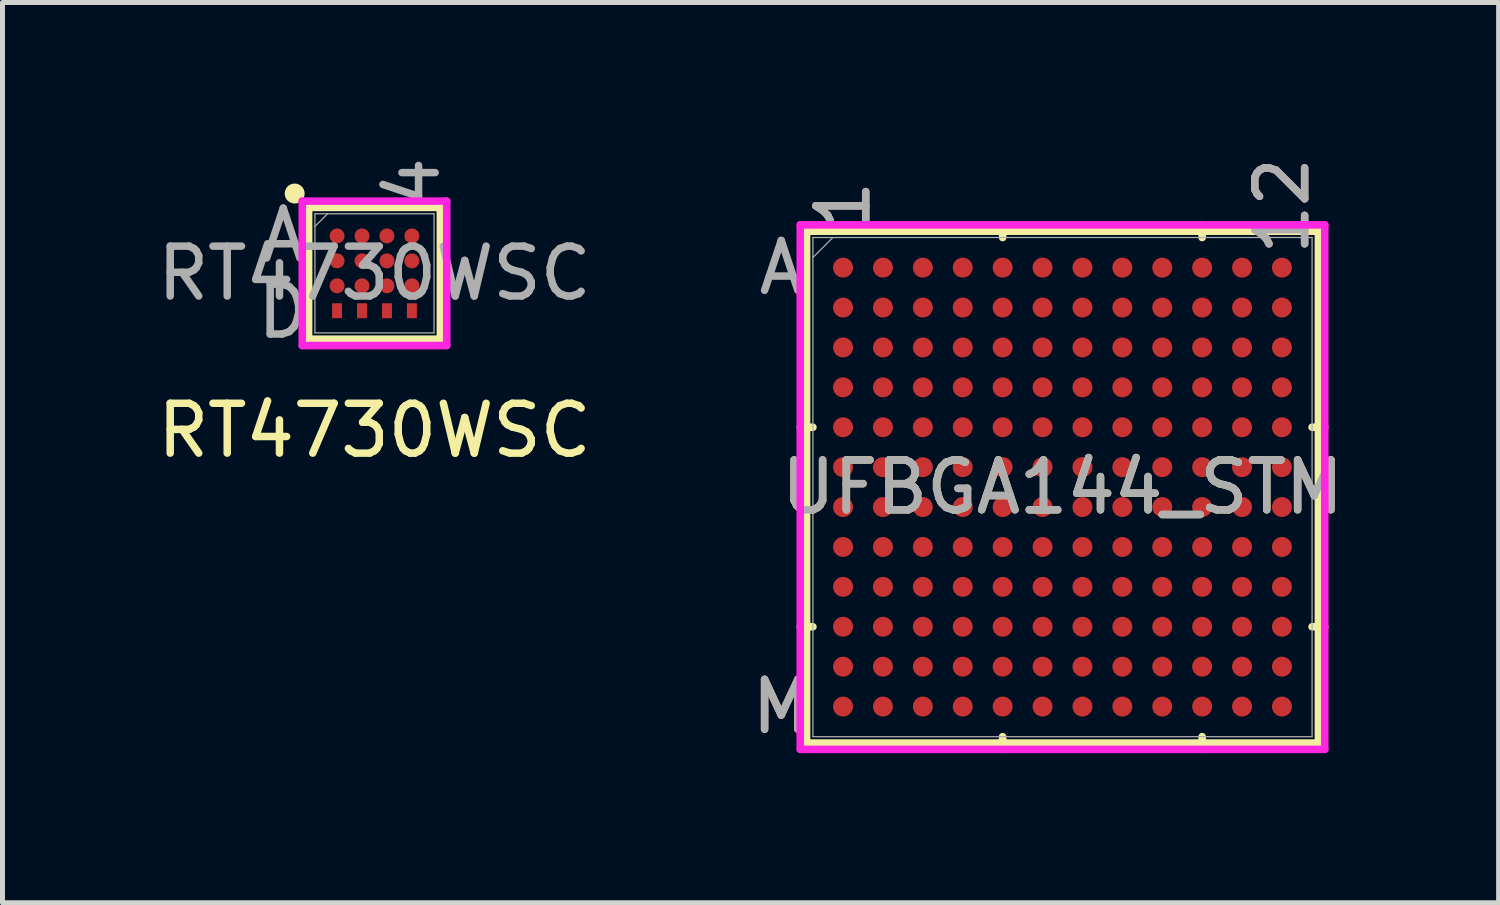
<source format=kicad_pcb>
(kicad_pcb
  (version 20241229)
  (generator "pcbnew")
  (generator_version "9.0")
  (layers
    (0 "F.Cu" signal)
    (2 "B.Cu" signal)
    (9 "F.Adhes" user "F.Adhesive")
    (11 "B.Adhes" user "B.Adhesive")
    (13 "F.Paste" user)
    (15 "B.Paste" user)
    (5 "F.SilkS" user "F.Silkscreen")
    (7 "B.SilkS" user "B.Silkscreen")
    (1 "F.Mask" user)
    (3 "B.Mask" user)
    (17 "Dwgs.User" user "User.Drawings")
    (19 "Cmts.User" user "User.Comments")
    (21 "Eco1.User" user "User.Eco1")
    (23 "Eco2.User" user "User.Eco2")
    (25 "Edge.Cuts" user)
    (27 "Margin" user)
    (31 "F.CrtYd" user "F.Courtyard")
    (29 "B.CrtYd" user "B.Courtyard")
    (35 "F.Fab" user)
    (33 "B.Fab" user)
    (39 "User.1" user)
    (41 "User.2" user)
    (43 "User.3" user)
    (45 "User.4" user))
  (footprint "RT4730WSC"
    (layer "F.Cu")
    (at 4.458 2.43)
    (property "Reference" "RT4730WSC" (at 0 3.15 0) (unlocked yes) (layer "F.SilkS") (effects (font (size 1 1) (thickness 0.15))))
    (attr smd)
    (fp_line (start -1.321 -1.321) (end -1.321 1.321) (stroke (width 0.152) (type solid)) (layer "F.SilkS"))
    (fp_line (start -1.321 1.321) (end 1.321 1.321) (stroke (width 0.152) (type solid)) (layer "F.SilkS"))
    (fp_line (start 1.321 -1.321) (end -1.321 -1.321) (stroke (width 0.152) (type solid)) (layer "F.SilkS"))
    (fp_line (start 1.321 1.321) (end 1.321 -1.321) (stroke (width 0.152) (type solid)) (layer "F.SilkS"))
    (fp_circle (center -1.6 -1.6) (end -1.4 -1.6) (stroke (width 0) (type solid)) (fill yes) (layer "F.SilkS"))
    (fp_line (start -1.448 -1.448) (end 1.448 -1.448) (stroke (width 0.152) (type solid)) (layer "F.CrtYd"))
    (fp_line (start -1.448 1.448) (end -1.448 -1.448) (stroke (width 0.152) (type solid)) (layer "F.CrtYd"))
    (fp_line (start 1.448 -1.448) (end 1.448 1.448) (stroke (width 0.152) (type solid)) (layer "F.CrtYd"))
    (fp_line (start 1.448 1.448) (end -1.448 1.448) (stroke (width 0.152) (type solid)) (layer "F.CrtYd"))
    (fp_line (start -1.194 -1.194) (end -1.194 1.194) (stroke (width 0.025) (type solid)) (layer "F.Fab"))
    (fp_line (start -1.194 1.194) (end 1.194 1.194) (stroke (width 0.025) (type solid)) (layer "F.Fab"))
    (fp_line (start -0.94 -1.194) (end -1.194 -0.94) (stroke (width 0.025) (type solid)) (layer "F.Fab"))
    (fp_line (start 1.194 -1.194) (end -1.194 -1.194) (stroke (width 0.025) (type solid)) (layer "F.Fab"))
    (fp_line (start 1.194 1.194) (end 1.194 -1.194) (stroke (width 0.025) (type solid)) (layer "F.Fab"))
    (fp_text user "4" (at 0.762 -1.829 90) (unlocked yes) (layer "F.Fab") (effects (font (size 1 1) (thickness 0.15))))
    (fp_text user "A" (at -1.829 -0.762 0) (unlocked yes) (layer "F.Fab") (effects (font (size 1 1) (thickness 0.15))))
    (fp_text user "${REFERENCE}" (at 0 0 0) (unlocked yes) (layer "F.Fab") (effects (font (size 1 1) (thickness 0.15))))
    (fp_text user "D" (at -1.829 0.762 0) (unlocked yes) (layer "F.Fab") (effects (font (size 1 1) (thickness 0.15))))
    (pad "A1" smd circle (at -0.75 -0.75) (size 0.3 0.3) (layers "F.Cu" "F.Mask" "F.Paste"))
    (pad "A2" smd circle (at -0.25 -0.75) (size 0.3 0.3) (layers "F.Cu" "F.Mask" "F.Paste"))
    (pad "A3" smd circle (at 0.25 -0.75) (size 0.3 0.3) (layers "F.Cu" "F.Mask" "F.Paste"))
    (pad "A4" smd circle (at 0.75 -0.75) (size 0.3 0.3) (layers "F.Cu" "F.Mask" "F.Paste"))
    (pad "B1" smd circle (at -0.75 -0.25) (size 0.3 0.3) (layers "F.Cu" "F.Mask" "F.Paste"))
    (pad "B2" smd circle (at -0.25 -0.25) (size 0.3 0.3) (layers "F.Cu" "F.Mask" "F.Paste"))
    (pad "B3" smd circle (at 0.25 -0.25) (size 0.3 0.3) (layers "F.Cu" "F.Mask" "F.Paste"))
    (pad "B4" smd circle (at 0.75 -0.25) (size 0.3 0.3) (layers "F.Cu" "F.Mask" "F.Paste"))
    (pad "C1" smd circle (at -0.75 0.25) (size 0.3 0.3) (layers "F.Cu" "F.Mask" "F.Paste"))
    (pad "C2" smd circle (at -0.25 0.25) (size 0.3 0.3) (layers "F.Cu" "F.Mask" "F.Paste"))
    (pad "C3" smd circle (at 0.25 0.25) (size 0.3 0.3) (layers "F.Cu" "F.Mask" "F.Paste"))
    (pad "C4" smd circle (at 0.75 0.25) (size 0.3 0.3) (layers "F.Cu" "F.Mask" "F.Paste"))
    (pad "D1" smd rect (at -0.75 0.75) (size 0.2 0.3) (layers "F.Cu" "F.Mask" "F.Paste"))
    (pad "D2" smd rect (at -0.25 0.75) (size 0.2 0.3) (layers "F.Cu" "F.Mask" "F.Paste"))
    (pad "D3" smd rect (at 0.25 0.75) (size 0.2 0.3) (layers "F.Cu" "F.Mask" "F.Paste"))
    (pad "D4" smd rect (at 0.75 0.75) (size 0.2 0.3) (layers "F.Cu" "F.Mask" "F.Paste")))
  (footprint "UFBGA144_STM"
    (layer "F.Cu")
    (at 18.252 6.716)
    (property "Reference" "UFBGA144_STM" (at 0 0 0) (unlocked yes) (layer "F.SilkS") (effects (font (size 1 1) (thickness 0.15))))
    (attr smd)
    (fp_line (start -5.131 -5.131) (end -5.131 5.131) (stroke (width 0.152) (type solid)) (layer "F.SilkS"))
    (fp_line (start -5.131 5.131) (end 5.131 5.131) (stroke (width 0.152) (type solid)) (layer "F.SilkS"))
    (fp_line (start -5.004 -1.2) (end -5.258 -1.2) (stroke (width 0.152) (type solid)) (layer "F.SilkS"))
    (fp_line (start -5.004 2.8) (end -5.258 2.8) (stroke (width 0.152) (type solid)) (layer "F.SilkS"))
    (fp_line (start -1.2 -5.004) (end -1.2 -5.258) (stroke (width 0.152) (type solid)) (layer "F.SilkS"))
    (fp_line (start -1.2 5.004) (end -1.2 5.258) (stroke (width 0.152) (type solid)) (layer "F.SilkS"))
    (fp_line (start 2.8 -5.004) (end 2.8 -5.258) (stroke (width 0.152) (type solid)) (layer "F.SilkS"))
    (fp_line (start 2.8 5.004) (end 2.8 5.258) (stroke (width 0.152) (type solid)) (layer "F.SilkS"))
    (fp_line (start 5.004 -1.2) (end 5.258 -1.2) (stroke (width 0.152) (type solid)) (layer "F.SilkS"))
    (fp_line (start 5.004 2.8) (end 5.258 2.8) (stroke (width 0.152) (type solid)) (layer "F.SilkS"))
    (fp_line (start 5.131 -5.131) (end -5.131 -5.131) (stroke (width 0.152) (type solid)) (layer "F.SilkS"))
    (fp_line (start 5.131 5.131) (end 5.131 -5.131) (stroke (width 0.152) (type solid)) (layer "F.SilkS"))
    (fp_line (start -5.258 -5.258) (end 5.258 -5.258) (stroke (width 0.152) (type solid)) (layer "F.CrtYd"))
    (fp_line (start -5.258 5.258) (end -5.258 -5.258) (stroke (width 0.152) (type solid)) (layer "F.CrtYd"))
    (fp_line (start 5.258 -5.258) (end 5.258 5.258) (stroke (width 0.152) (type solid)) (layer "F.CrtYd"))
    (fp_line (start 5.258 5.258) (end -5.258 5.258) (stroke (width 0.152) (type solid)) (layer "F.CrtYd"))
    (fp_line (start -5.004 -5.004) (end -5.004 5.004) (stroke (width 0.025) (type solid)) (layer "F.Fab"))
    (fp_line (start -5.004 5.004) (end 5.004 5.004) (stroke (width 0.025) (type solid)) (layer "F.Fab"))
    (fp_line (start -4.604 -5.004) (end -5.004 -4.604) (stroke (width 0.025) (type solid)) (layer "F.Fab"))
    (fp_line (start 5.004 -5.004) (end -5.004 -5.004) (stroke (width 0.025) (type solid)) (layer "F.Fab"))
    (fp_line (start 5.004 5.004) (end 5.004 -5.004) (stroke (width 0.025) (type solid)) (layer "F.Fab"))
    (fp_text user "12" (at 4.4 -5.639 90) (unlocked yes) (layer "B.SilkS") (effects (font (size 1 1) (thickness 0.15))))
    (fp_text user "M" (at -5.639 4.4 0) (unlocked yes) (layer "B.SilkS") (effects (font (size 1 1) (thickness 0.15))))
    (fp_text user "1" (at -4.4 -5.639 90) (unlocked yes) (layer "B.SilkS") (effects (font (size 1 1) (thickness 0.15))))
    (fp_text user "1" (at -4.4 -5.639 90) (unlocked yes) (layer "F.Fab") (effects (font (size 1 1) (thickness 0.15))))
    (fp_text user "M" (at -5.639 4.4 0) (unlocked yes) (layer "F.Fab") (effects (font (size 1 1) (thickness 0.15))))
    (fp_text user "12" (at 4.4 -5.639 90) (unlocked yes) (layer "F.Fab") (effects (font (size 1 1) (thickness 0.15))))
    (fp_text user "A" (at -5.639 -4.4 0) (unlocked yes) (layer "F.Fab") (effects (font (size 1 1) (thickness 0.15))))
    (fp_text user "${REFERENCE}" (at 0 0 0) (unlocked yes) (layer "F.Fab") (effects (font (size 1 1) (thickness 0.15))))
    (pad "A1" smd circle (at -4.4 -4.4) (size 0.4 0.4) (layers "F.Cu" "F.Mask" "F.Paste"))
    (pad "A2" smd circle (at -3.6 -4.4) (size 0.4 0.4) (layers "F.Cu" "F.Mask" "F.Paste"))
    (pad "A3" smd circle (at -2.8 -4.4) (size 0.4 0.4) (layers "F.Cu" "F.Mask" "F.Paste"))
    (pad "A4" smd circle (at -2 -4.4) (size 0.4 0.4) (layers "F.Cu" "F.Mask" "F.Paste"))
    (pad "A5" smd circle (at -1.2 -4.4) (size 0.4 0.4) (layers "F.Cu" "F.Mask" "F.Paste"))
    (pad "A6" smd circle (at -0.4 -4.4) (size 0.4 0.4) (layers "F.Cu" "F.Mask" "F.Paste"))
    (pad "A7" smd circle (at 0.4 -4.4) (size 0.4 0.4) (layers "F.Cu" "F.Mask" "F.Paste"))
    (pad "A8" smd circle (at 1.2 -4.4) (size 0.4 0.4) (layers "F.Cu" "F.Mask" "F.Paste"))
    (pad "A9" smd circle (at 2 -4.4) (size 0.4 0.4) (layers "F.Cu" "F.Mask" "F.Paste"))
    (pad "A10" smd circle (at 2.8 -4.4) (size 0.4 0.4) (layers "F.Cu" "F.Mask" "F.Paste"))
    (pad "A11" smd circle (at 3.6 -4.4) (size 0.4 0.4) (layers "F.Cu" "F.Mask" "F.Paste"))
    (pad "A12" smd circle (at 4.4 -4.4) (size 0.4 0.4) (layers "F.Cu" "F.Mask" "F.Paste"))
    (pad "B1" smd circle (at -4.4 -3.6) (size 0.4 0.4) (layers "F.Cu" "F.Mask" "F.Paste"))
    (pad "B2" smd circle (at -3.6 -3.6) (size 0.4 0.4) (layers "F.Cu" "F.Mask" "F.Paste"))
    (pad "B3" smd circle (at -2.8 -3.6) (size 0.4 0.4) (layers "F.Cu" "F.Mask" "F.Paste"))
    (pad "B4" smd circle (at -2 -3.6) (size 0.4 0.4) (layers "F.Cu" "F.Mask" "F.Paste"))
    (pad "B5" smd circle (at -1.2 -3.6) (size 0.4 0.4) (layers "F.Cu" "F.Mask" "F.Paste"))
    (pad "B6" smd circle (at -0.4 -3.6) (size 0.4 0.4) (layers "F.Cu" "F.Mask" "F.Paste"))
    (pad "B7" smd circle (at 0.4 -3.6) (size 0.4 0.4) (layers "F.Cu" "F.Mask" "F.Paste"))
    (pad "B8" smd circle (at 1.2 -3.6) (size 0.4 0.4) (layers "F.Cu" "F.Mask" "F.Paste"))
    (pad "B9" smd circle (at 2 -3.6) (size 0.4 0.4) (layers "F.Cu" "F.Mask" "F.Paste"))
    (pad "B10" smd circle (at 2.8 -3.6) (size 0.4 0.4) (layers "F.Cu" "F.Mask" "F.Paste"))
    (pad "B11" smd circle (at 3.6 -3.6) (size 0.4 0.4) (layers "F.Cu" "F.Mask" "F.Paste"))
    (pad "B12" smd circle (at 4.4 -3.6) (size 0.4 0.4) (layers "F.Cu" "F.Mask" "F.Paste"))
    (pad "C1" smd circle (at -4.4 -2.8) (size 0.4 0.4) (layers "F.Cu" "F.Mask" "F.Paste"))
    (pad "C2" smd circle (at -3.6 -2.8) (size 0.4 0.4) (layers "F.Cu" "F.Mask" "F.Paste"))
    (pad "C3" smd circle (at -2.8 -2.8) (size 0.4 0.4) (layers "F.Cu" "F.Mask" "F.Paste"))
    (pad "C4" smd circle (at -2 -2.8) (size 0.4 0.4) (layers "F.Cu" "F.Mask" "F.Paste"))
    (pad "C5" smd circle (at -1.2 -2.8) (size 0.4 0.4) (layers "F.Cu" "F.Mask" "F.Paste"))
    (pad "C6" smd circle (at -0.4 -2.8) (size 0.4 0.4) (layers "F.Cu" "F.Mask" "F.Paste"))
    (pad "C7" smd circle (at 0.4 -2.8) (size 0.4 0.4) (layers "F.Cu" "F.Mask" "F.Paste"))
    (pad "C8" smd circle (at 1.2 -2.8) (size 0.4 0.4) (layers "F.Cu" "F.Mask" "F.Paste"))
    (pad "C9" smd circle (at 2 -2.8) (size 0.4 0.4) (layers "F.Cu" "F.Mask" "F.Paste"))
    (pad "C10" smd circle (at 2.8 -2.8) (size 0.4 0.4) (layers "F.Cu" "F.Mask" "F.Paste"))
    (pad "C11" smd circle (at 3.6 -2.8) (size 0.4 0.4) (layers "F.Cu" "F.Mask" "F.Paste"))
    (pad "C12" smd circle (at 4.4 -2.8) (size 0.4 0.4) (layers "F.Cu" "F.Mask" "F.Paste"))
    (pad "D1" smd circle (at -4.4 -2) (size 0.4 0.4) (layers "F.Cu" "F.Mask" "F.Paste"))
    (pad "D2" smd circle (at -3.6 -2) (size 0.4 0.4) (layers "F.Cu" "F.Mask" "F.Paste"))
    (pad "D3" smd circle (at -2.8 -2) (size 0.4 0.4) (layers "F.Cu" "F.Mask" "F.Paste"))
    (pad "D4" smd circle (at -2 -2) (size 0.4 0.4) (layers "F.Cu" "F.Mask" "F.Paste"))
    (pad "D5" smd circle (at -1.2 -2) (size 0.4 0.4) (layers "F.Cu" "F.Mask" "F.Paste"))
    (pad "D6" smd circle (at -0.4 -2) (size 0.4 0.4) (layers "F.Cu" "F.Mask" "F.Paste"))
    (pad "D7" smd circle (at 0.4 -2) (size 0.4 0.4) (layers "F.Cu" "F.Mask" "F.Paste"))
    (pad "D8" smd circle (at 1.2 -2) (size 0.4 0.4) (layers "F.Cu" "F.Mask" "F.Paste"))
    (pad "D9" smd circle (at 2 -2) (size 0.4 0.4) (layers "F.Cu" "F.Mask" "F.Paste"))
    (pad "D10" smd circle (at 2.8 -2) (size 0.4 0.4) (layers "F.Cu" "F.Mask" "F.Paste"))
    (pad "D11" smd circle (at 3.6 -2) (size 0.4 0.4) (layers "F.Cu" "F.Mask" "F.Paste"))
    (pad "D12" smd circle (at 4.4 -2) (size 0.4 0.4) (layers "F.Cu" "F.Mask" "F.Paste"))
    (pad "E1" smd circle (at -4.4 -1.2) (size 0.4 0.4) (layers "F.Cu" "F.Mask" "F.Paste"))
    (pad "E2" smd circle (at -3.6 -1.2) (size 0.4 0.4) (layers "F.Cu" "F.Mask" "F.Paste"))
    (pad "E3" smd circle (at -2.8 -1.2) (size 0.4 0.4) (layers "F.Cu" "F.Mask" "F.Paste"))
    (pad "E4" smd circle (at -2 -1.2) (size 0.4 0.4) (layers "F.Cu" "F.Mask" "F.Paste"))
    (pad "E5" smd circle (at -1.2 -1.2) (size 0.4 0.4) (layers "F.Cu" "F.Mask" "F.Paste"))
    (pad "E6" smd circle (at -0.4 -1.2) (size 0.4 0.4) (layers "F.Cu" "F.Mask" "F.Paste"))
    (pad "E7" smd circle (at 0.4 -1.2) (size 0.4 0.4) (layers "F.Cu" "F.Mask" "F.Paste"))
    (pad "E8" smd circle (at 1.2 -1.2) (size 0.4 0.4) (layers "F.Cu" "F.Mask" "F.Paste"))
    (pad "E9" smd circle (at 2 -1.2) (size 0.4 0.4) (layers "F.Cu" "F.Mask" "F.Paste"))
    (pad "E10" smd circle (at 2.8 -1.2) (size 0.4 0.4) (layers "F.Cu" "F.Mask" "F.Paste"))
    (pad "E11" smd circle (at 3.6 -1.2) (size 0.4 0.4) (layers "F.Cu" "F.Mask" "F.Paste"))
    (pad "E12" smd circle (at 4.4 -1.2) (size 0.4 0.4) (layers "F.Cu" "F.Mask" "F.Paste"))
    (pad "F1" smd circle (at -4.4 -0.4) (size 0.4 0.4) (layers "F.Cu" "F.Mask" "F.Paste"))
    (pad "F2" smd circle (at -3.6 -0.4) (size 0.4 0.4) (layers "F.Cu" "F.Mask" "F.Paste"))
    (pad "F3" smd circle (at -2.8 -0.4) (size 0.4 0.4) (layers "F.Cu" "F.Mask" "F.Paste"))
    (pad "F4" smd circle (at -2 -0.4) (size 0.4 0.4) (layers "F.Cu" "F.Mask" "F.Paste"))
    (pad "F5" smd circle (at -1.2 -0.4) (size 0.4 0.4) (layers "F.Cu" "F.Mask" "F.Paste"))
    (pad "F6" smd circle (at -0.4 -0.4) (size 0.4 0.4) (layers "F.Cu" "F.Mask" "F.Paste"))
    (pad "F7" smd circle (at 0.4 -0.4) (size 0.4 0.4) (layers "F.Cu" "F.Mask" "F.Paste"))
    (pad "F8" smd circle (at 1.2 -0.4) (size 0.4 0.4) (layers "F.Cu" "F.Mask" "F.Paste"))
    (pad "F9" smd circle (at 2 -0.4) (size 0.4 0.4) (layers "F.Cu" "F.Mask" "F.Paste"))
    (pad "F10" smd circle (at 2.8 -0.4) (size 0.4 0.4) (layers "F.Cu" "F.Mask" "F.Paste"))
    (pad "F11" smd circle (at 3.6 -0.4) (size 0.4 0.4) (layers "F.Cu" "F.Mask" "F.Paste"))
    (pad "F12" smd circle (at 4.4 -0.4) (size 0.4 0.4) (layers "F.Cu" "F.Mask" "F.Paste"))
    (pad "G1" smd circle (at -4.4 0.4) (size 0.4 0.4) (layers "F.Cu" "F.Mask" "F.Paste"))
    (pad "G2" smd circle (at -3.6 0.4) (size 0.4 0.4) (layers "F.Cu" "F.Mask" "F.Paste"))
    (pad "G3" smd circle (at -2.8 0.4) (size 0.4 0.4) (layers "F.Cu" "F.Mask" "F.Paste"))
    (pad "G4" smd circle (at -2 0.4) (size 0.4 0.4) (layers "F.Cu" "F.Mask" "F.Paste"))
    (pad "G5" smd circle (at -1.2 0.4) (size 0.4 0.4) (layers "F.Cu" "F.Mask" "F.Paste"))
    (pad "G6" smd circle (at -0.4 0.4) (size 0.4 0.4) (layers "F.Cu" "F.Mask" "F.Paste"))
    (pad "G7" smd circle (at 0.4 0.4) (size 0.4 0.4) (layers "F.Cu" "F.Mask" "F.Paste"))
    (pad "G8" smd circle (at 1.2 0.4) (size 0.4 0.4) (layers "F.Cu" "F.Mask" "F.Paste"))
    (pad "G9" smd circle (at 2 0.4) (size 0.4 0.4) (layers "F.Cu" "F.Mask" "F.Paste"))
    (pad "G10" smd circle (at 2.8 0.4) (size 0.4 0.4) (layers "F.Cu" "F.Mask" "F.Paste"))
    (pad "G11" smd circle (at 3.6 0.4) (size 0.4 0.4) (layers "F.Cu" "F.Mask" "F.Paste"))
    (pad "G12" smd circle (at 4.4 0.4) (size 0.4 0.4) (layers "F.Cu" "F.Mask" "F.Paste"))
    (pad "H1" smd circle (at -4.4 1.2) (size 0.4 0.4) (layers "F.Cu" "F.Mask" "F.Paste"))
    (pad "H2" smd circle (at -3.6 1.2) (size 0.4 0.4) (layers "F.Cu" "F.Mask" "F.Paste"))
    (pad "H3" smd circle (at -2.8 1.2) (size 0.4 0.4) (layers "F.Cu" "F.Mask" "F.Paste"))
    (pad "H4" smd circle (at -2 1.2) (size 0.4 0.4) (layers "F.Cu" "F.Mask" "F.Paste"))
    (pad "H5" smd circle (at -1.2 1.2) (size 0.4 0.4) (layers "F.Cu" "F.Mask" "F.Paste"))
    (pad "H6" smd circle (at -0.4 1.2) (size 0.4 0.4) (layers "F.Cu" "F.Mask" "F.Paste"))
    (pad "H7" smd circle (at 0.4 1.2) (size 0.4 0.4) (layers "F.Cu" "F.Mask" "F.Paste"))
    (pad "H8" smd circle (at 1.2 1.2) (size 0.4 0.4) (layers "F.Cu" "F.Mask" "F.Paste"))
    (pad "H9" smd circle (at 2 1.2) (size 0.4 0.4) (layers "F.Cu" "F.Mask" "F.Paste"))
    (pad "H10" smd circle (at 2.8 1.2) (size 0.4 0.4) (layers "F.Cu" "F.Mask" "F.Paste"))
    (pad "H11" smd circle (at 3.6 1.2) (size 0.4 0.4) (layers "F.Cu" "F.Mask" "F.Paste"))
    (pad "H12" smd circle (at 4.4 1.2) (size 0.4 0.4) (layers "F.Cu" "F.Mask" "F.Paste"))
    (pad "J1" smd circle (at -4.4 2) (size 0.4 0.4) (layers "F.Cu" "F.Mask" "F.Paste"))
    (pad "J2" smd circle (at -3.6 2) (size 0.4 0.4) (layers "F.Cu" "F.Mask" "F.Paste"))
    (pad "J3" smd circle (at -2.8 2) (size 0.4 0.4) (layers "F.Cu" "F.Mask" "F.Paste"))
    (pad "J4" smd circle (at -2 2) (size 0.4 0.4) (layers "F.Cu" "F.Mask" "F.Paste"))
    (pad "J5" smd circle (at -1.2 2) (size 0.4 0.4) (layers "F.Cu" "F.Mask" "F.Paste"))
    (pad "J6" smd circle (at -0.4 2) (size 0.4 0.4) (layers "F.Cu" "F.Mask" "F.Paste"))
    (pad "J7" smd circle (at 0.4 2) (size 0.4 0.4) (layers "F.Cu" "F.Mask" "F.Paste"))
    (pad "J8" smd circle (at 1.2 2) (size 0.4 0.4) (layers "F.Cu" "F.Mask" "F.Paste"))
    (pad "J9" smd circle (at 2 2) (size 0.4 0.4) (layers "F.Cu" "F.Mask" "F.Paste"))
    (pad "J10" smd circle (at 2.8 2) (size 0.4 0.4) (layers "F.Cu" "F.Mask" "F.Paste"))
    (pad "J11" smd circle (at 3.6 2) (size 0.4 0.4) (layers "F.Cu" "F.Mask" "F.Paste"))
    (pad "J12" smd circle (at 4.4 2) (size 0.4 0.4) (layers "F.Cu" "F.Mask" "F.Paste"))
    (pad "K1" smd circle (at -4.4 2.8) (size 0.4 0.4) (layers "F.Cu" "F.Mask" "F.Paste"))
    (pad "K2" smd circle (at -3.6 2.8) (size 0.4 0.4) (layers "F.Cu" "F.Mask" "F.Paste"))
    (pad "K3" smd circle (at -2.8 2.8) (size 0.4 0.4) (layers "F.Cu" "F.Mask" "F.Paste"))
    (pad "K4" smd circle (at -2 2.8) (size 0.4 0.4) (layers "F.Cu" "F.Mask" "F.Paste"))
    (pad "K5" smd circle (at -1.2 2.8) (size 0.4 0.4) (layers "F.Cu" "F.Mask" "F.Paste"))
    (pad "K6" smd circle (at -0.4 2.8) (size 0.4 0.4) (layers "F.Cu" "F.Mask" "F.Paste"))
    (pad "K7" smd circle (at 0.4 2.8) (size 0.4 0.4) (layers "F.Cu" "F.Mask" "F.Paste"))
    (pad "K8" smd circle (at 1.2 2.8) (size 0.4 0.4) (layers "F.Cu" "F.Mask" "F.Paste"))
    (pad "K9" smd circle (at 2 2.8) (size 0.4 0.4) (layers "F.Cu" "F.Mask" "F.Paste"))
    (pad "K10" smd circle (at 2.8 2.8) (size 0.4 0.4) (layers "F.Cu" "F.Mask" "F.Paste"))
    (pad "K11" smd circle (at 3.6 2.8) (size 0.4 0.4) (layers "F.Cu" "F.Mask" "F.Paste"))
    (pad "K12" smd circle (at 4.4 2.8) (size 0.4 0.4) (layers "F.Cu" "F.Mask" "F.Paste"))
    (pad "L1" smd circle (at -4.4 3.6) (size 0.4 0.4) (layers "F.Cu" "F.Mask" "F.Paste"))
    (pad "L2" smd circle (at -3.6 3.6) (size 0.4 0.4) (layers "F.Cu" "F.Mask" "F.Paste"))
    (pad "L3" smd circle (at -2.8 3.6) (size 0.4 0.4) (layers "F.Cu" "F.Mask" "F.Paste"))
    (pad "L4" smd circle (at -2 3.6) (size 0.4 0.4) (layers "F.Cu" "F.Mask" "F.Paste"))
    (pad "L5" smd circle (at -1.2 3.6) (size 0.4 0.4) (layers "F.Cu" "F.Mask" "F.Paste"))
    (pad "L6" smd circle (at -0.4 3.6) (size 0.4 0.4) (layers "F.Cu" "F.Mask" "F.Paste"))
    (pad "L7" smd circle (at 0.4 3.6) (size 0.4 0.4) (layers "F.Cu" "F.Mask" "F.Paste"))
    (pad "L8" smd circle (at 1.2 3.6) (size 0.4 0.4) (layers "F.Cu" "F.Mask" "F.Paste"))
    (pad "L9" smd circle (at 2 3.6) (size 0.4 0.4) (layers "F.Cu" "F.Mask" "F.Paste"))
    (pad "L10" smd circle (at 2.8 3.6) (size 0.4 0.4) (layers "F.Cu" "F.Mask" "F.Paste"))
    (pad "L11" smd circle (at 3.6 3.6) (size 0.4 0.4) (layers "F.Cu" "F.Mask" "F.Paste"))
    (pad "L12" smd circle (at 4.4 3.6) (size 0.4 0.4) (layers "F.Cu" "F.Mask" "F.Paste"))
    (pad "M1" smd circle (at -4.4 4.4) (size 0.4 0.4) (layers "F.Cu" "F.Mask" "F.Paste"))
    (pad "M2" smd circle (at -3.6 4.4) (size 0.4 0.4) (layers "F.Cu" "F.Mask" "F.Paste"))
    (pad "M3" smd circle (at -2.8 4.4) (size 0.4 0.4) (layers "F.Cu" "F.Mask" "F.Paste"))
    (pad "M4" smd circle (at -2 4.4) (size 0.4 0.4) (layers "F.Cu" "F.Mask" "F.Paste"))
    (pad "M5" smd circle (at -1.2 4.4) (size 0.4 0.4) (layers "F.Cu" "F.Mask" "F.Paste"))
    (pad "M6" smd circle (at -0.4 4.4) (size 0.4 0.4) (layers "F.Cu" "F.Mask" "F.Paste"))
    (pad "M7" smd circle (at 0.4 4.4) (size 0.4 0.4) (layers "F.Cu" "F.Mask" "F.Paste"))
    (pad "M8" smd circle (at 1.2 4.4) (size 0.4 0.4) (layers "F.Cu" "F.Mask" "F.Paste"))
    (pad "M9" smd circle (at 2 4.4) (size 0.4 0.4) (layers "F.Cu" "F.Mask" "F.Paste"))
    (pad "M10" smd circle (at 2.8 4.4) (size 0.4 0.4) (layers "F.Cu" "F.Mask" "F.Paste"))
    (pad "M11" smd circle (at 3.6 4.4) (size 0.4 0.4) (layers "F.Cu" "F.Mask" "F.Paste"))
    (pad "M12" smd circle (at 4.4 4.4) (size 0.4 0.4) (layers "F.Cu" "F.Mask" "F.Paste")))
  (gr_rect
    (start -3 -3)
    (end 26.996 15.05)
    (stroke (width 0.1) (type default))
    (fill no)
    (layer "Edge.Cuts")))
</source>
